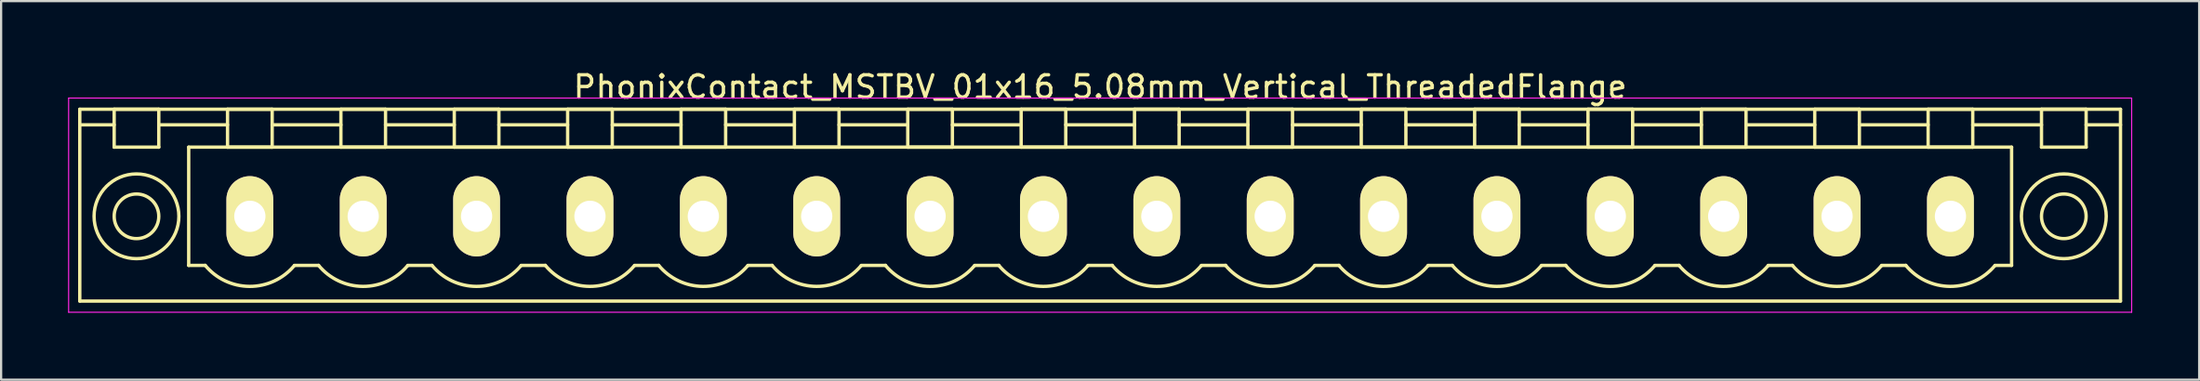
<source format=kicad_pcb>
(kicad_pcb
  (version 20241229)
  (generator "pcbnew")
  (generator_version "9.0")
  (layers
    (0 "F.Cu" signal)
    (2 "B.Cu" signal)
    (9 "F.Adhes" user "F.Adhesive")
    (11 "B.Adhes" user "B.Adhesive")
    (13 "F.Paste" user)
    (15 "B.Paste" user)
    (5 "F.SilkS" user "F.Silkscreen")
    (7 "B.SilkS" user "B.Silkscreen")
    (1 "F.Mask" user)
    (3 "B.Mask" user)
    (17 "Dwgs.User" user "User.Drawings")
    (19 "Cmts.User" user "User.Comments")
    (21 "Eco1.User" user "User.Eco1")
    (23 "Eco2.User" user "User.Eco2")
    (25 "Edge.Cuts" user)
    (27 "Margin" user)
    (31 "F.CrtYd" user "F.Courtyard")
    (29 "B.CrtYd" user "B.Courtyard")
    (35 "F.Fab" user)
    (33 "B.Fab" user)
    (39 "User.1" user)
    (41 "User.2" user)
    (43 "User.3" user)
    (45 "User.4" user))
  (footprint "PhonixContact_MSTBV_01x16_5.08mm_Vertical_ThreadedFlange"
    (layer "F.Cu")
    (at 8.145 6.648)
    (property "Reference" "PhonixContact_MSTBV_01x16_5.08mm_Vertical_ThreadedFlange" (at 38.1 -5.8 0) (layer "F.SilkS") (effects (font (size 1 1) (thickness 0.15))))
    (attr through_hole)
    (fp_line (start -7.62 -4.8) (end -7.62 3.8) (stroke (width 0.15) (type solid)) (layer "F.SilkS"))
    (fp_line (start -7.62 -4.1) (end -6.08 -4.1) (stroke (width 0.15) (type solid)) (layer "F.SilkS"))
    (fp_line (start -7.62 3.8) (end 83.82 3.8) (stroke (width 0.15) (type solid)) (layer "F.SilkS"))
    (fp_line (start -6.08 -4.8) (end -4.08 -4.8) (stroke (width 0.15) (type solid)) (layer "F.SilkS"))
    (fp_line (start -6.08 -3.1) (end -6.08 -4.8) (stroke (width 0.15) (type solid)) (layer "F.SilkS"))
    (fp_line (start -4.08 -4.8) (end -4.08 -3.1) (stroke (width 0.15) (type solid)) (layer "F.SilkS"))
    (fp_line (start -4.08 -4.1) (end -1 -4.1) (stroke (width 0.15) (type solid)) (layer "F.SilkS"))
    (fp_line (start -4.08 -3.1) (end -6.08 -3.1) (stroke (width 0.15) (type solid)) (layer "F.SilkS"))
    (fp_line (start -2.74 -3.1) (end 78.94 -3.1) (stroke (width 0.15) (type solid)) (layer "F.SilkS"))
    (fp_line (start -2.74 2.2) (end -2.74 -3.1) (stroke (width 0.15) (type solid)) (layer "F.SilkS"))
    (fp_line (start -2 2.2) (end -2.74 2.2) (stroke (width 0.15) (type solid)) (layer "F.SilkS"))
    (fp_line (start -1 -4.8) (end 1 -4.8) (stroke (width 0.15) (type solid)) (layer "F.SilkS"))
    (fp_line (start -1 -3.1) (end -1 -4.8) (stroke (width 0.15) (type solid)) (layer "F.SilkS"))
    (fp_line (start 1 -4.8) (end 1 -3.1) (stroke (width 0.15) (type solid)) (layer "F.SilkS"))
    (fp_line (start 1 -4.1) (end 4.08 -4.1) (stroke (width 0.15) (type solid)) (layer "F.SilkS"))
    (fp_line (start 1 -3.1) (end -1 -3.1) (stroke (width 0.15) (type solid)) (layer "F.SilkS"))
    (fp_line (start 2 2.2) (end 3.08 2.2) (stroke (width 0.15) (type solid)) (layer "F.SilkS"))
    (fp_line (start 4.08 -4.8) (end 6.08 -4.8) (stroke (width 0.15) (type solid)) (layer "F.SilkS"))
    (fp_line (start 4.08 -3.1) (end 4.08 -4.8) (stroke (width 0.15) (type solid)) (layer "F.SilkS"))
    (fp_line (start 6.08 -4.8) (end 6.08 -3.1) (stroke (width 0.15) (type solid)) (layer "F.SilkS"))
    (fp_line (start 6.08 -4.1) (end 9.16 -4.1) (stroke (width 0.15) (type solid)) (layer "F.SilkS"))
    (fp_line (start 6.08 -3.1) (end 4.08 -3.1) (stroke (width 0.15) (type solid)) (layer "F.SilkS"))
    (fp_line (start 7.08 2.2) (end 8.16 2.2) (stroke (width 0.15) (type solid)) (layer "F.SilkS"))
    (fp_line (start 9.16 -4.8) (end 11.16 -4.8) (stroke (width 0.15) (type solid)) (layer "F.SilkS"))
    (fp_line (start 9.16 -3.1) (end 9.16 -4.8) (stroke (width 0.15) (type solid)) (layer "F.SilkS"))
    (fp_line (start 11.16 -4.8) (end 11.16 -3.1) (stroke (width 0.15) (type solid)) (layer "F.SilkS"))
    (fp_line (start 11.16 -4.1) (end 14.24 -4.1) (stroke (width 0.15) (type solid)) (layer "F.SilkS"))
    (fp_line (start 11.16 -3.1) (end 9.16 -3.1) (stroke (width 0.15) (type solid)) (layer "F.SilkS"))
    (fp_line (start 12.16 2.2) (end 13.24 2.2) (stroke (width 0.15) (type solid)) (layer "F.SilkS"))
    (fp_line (start 14.24 -4.8) (end 16.24 -4.8) (stroke (width 0.15) (type solid)) (layer "F.SilkS"))
    (fp_line (start 14.24 -3.1) (end 14.24 -4.8) (stroke (width 0.15) (type solid)) (layer "F.SilkS"))
    (fp_line (start 16.24 -4.8) (end 16.24 -3.1) (stroke (width 0.15) (type solid)) (layer "F.SilkS"))
    (fp_line (start 16.24 -4.1) (end 19.32 -4.1) (stroke (width 0.15) (type solid)) (layer "F.SilkS"))
    (fp_line (start 16.24 -3.1) (end 14.24 -3.1) (stroke (width 0.15) (type solid)) (layer "F.SilkS"))
    (fp_line (start 17.24 2.2) (end 18.32 2.2) (stroke (width 0.15) (type solid)) (layer "F.SilkS"))
    (fp_line (start 19.32 -4.8) (end 21.32 -4.8) (stroke (width 0.15) (type solid)) (layer "F.SilkS"))
    (fp_line (start 19.32 -3.1) (end 19.32 -4.8) (stroke (width 0.15) (type solid)) (layer "F.SilkS"))
    (fp_line (start 21.32 -4.8) (end 21.32 -3.1) (stroke (width 0.15) (type solid)) (layer "F.SilkS"))
    (fp_line (start 21.32 -4.1) (end 24.4 -4.1) (stroke (width 0.15) (type solid)) (layer "F.SilkS"))
    (fp_line (start 21.32 -3.1) (end 19.32 -3.1) (stroke (width 0.15) (type solid)) (layer "F.SilkS"))
    (fp_line (start 22.32 2.2) (end 23.4 2.2) (stroke (width 0.15) (type solid)) (layer "F.SilkS"))
    (fp_line (start 24.4 -4.8) (end 26.4 -4.8) (stroke (width 0.15) (type solid)) (layer "F.SilkS"))
    (fp_line (start 24.4 -3.1) (end 24.4 -4.8) (stroke (width 0.15) (type solid)) (layer "F.SilkS"))
    (fp_line (start 26.4 -4.8) (end 26.4 -3.1) (stroke (width 0.15) (type solid)) (layer "F.SilkS"))
    (fp_line (start 26.4 -4.1) (end 29.48 -4.1) (stroke (width 0.15) (type solid)) (layer "F.SilkS"))
    (fp_line (start 26.4 -3.1) (end 24.4 -3.1) (stroke (width 0.15) (type solid)) (layer "F.SilkS"))
    (fp_line (start 27.4 2.2) (end 28.48 2.2) (stroke (width 0.15) (type solid)) (layer "F.SilkS"))
    (fp_line (start 29.48 -4.8) (end 31.48 -4.8) (stroke (width 0.15) (type solid)) (layer "F.SilkS"))
    (fp_line (start 29.48 -3.1) (end 29.48 -4.8) (stroke (width 0.15) (type solid)) (layer "F.SilkS"))
    (fp_line (start 31.48 -4.8) (end 31.48 -3.1) (stroke (width 0.15) (type solid)) (layer "F.SilkS"))
    (fp_line (start 31.48 -4.1) (end 34.56 -4.1) (stroke (width 0.15) (type solid)) (layer "F.SilkS"))
    (fp_line (start 31.48 -3.1) (end 29.48 -3.1) (stroke (width 0.15) (type solid)) (layer "F.SilkS"))
    (fp_line (start 32.48 2.2) (end 33.56 2.2) (stroke (width 0.15) (type solid)) (layer "F.SilkS"))
    (fp_line (start 34.56 -4.8) (end 36.56 -4.8) (stroke (width 0.15) (type solid)) (layer "F.SilkS"))
    (fp_line (start 34.56 -3.1) (end 34.56 -4.8) (stroke (width 0.15) (type solid)) (layer "F.SilkS"))
    (fp_line (start 36.56 -4.8) (end 36.56 -3.1) (stroke (width 0.15) (type solid)) (layer "F.SilkS"))
    (fp_line (start 36.56 -4.1) (end 39.64 -4.1) (stroke (width 0.15) (type solid)) (layer "F.SilkS"))
    (fp_line (start 36.56 -3.1) (end 34.56 -3.1) (stroke (width 0.15) (type solid)) (layer "F.SilkS"))
    (fp_line (start 37.56 2.2) (end 38.64 2.2) (stroke (width 0.15) (type solid)) (layer "F.SilkS"))
    (fp_line (start 39.64 -4.8) (end 41.64 -4.8) (stroke (width 0.15) (type solid)) (layer "F.SilkS"))
    (fp_line (start 39.64 -3.1) (end 39.64 -4.8) (stroke (width 0.15) (type solid)) (layer "F.SilkS"))
    (fp_line (start 41.64 -4.8) (end 41.64 -3.1) (stroke (width 0.15) (type solid)) (layer "F.SilkS"))
    (fp_line (start 41.64 -4.1) (end 44.72 -4.1) (stroke (width 0.15) (type solid)) (layer "F.SilkS"))
    (fp_line (start 41.64 -3.1) (end 39.64 -3.1) (stroke (width 0.15) (type solid)) (layer "F.SilkS"))
    (fp_line (start 42.64 2.2) (end 43.72 2.2) (stroke (width 0.15) (type solid)) (layer "F.SilkS"))
    (fp_line (start 44.72 -4.8) (end 46.72 -4.8) (stroke (width 0.15) (type solid)) (layer "F.SilkS"))
    (fp_line (start 44.72 -3.1) (end 44.72 -4.8) (stroke (width 0.15) (type solid)) (layer "F.SilkS"))
    (fp_line (start 46.72 -4.8) (end 46.72 -3.1) (stroke (width 0.15) (type solid)) (layer "F.SilkS"))
    (fp_line (start 46.72 -4.1) (end 49.8 -4.1) (stroke (width 0.15) (type solid)) (layer "F.SilkS"))
    (fp_line (start 46.72 -3.1) (end 44.72 -3.1) (stroke (width 0.15) (type solid)) (layer "F.SilkS"))
    (fp_line (start 47.72 2.2) (end 48.8 2.2) (stroke (width 0.15) (type solid)) (layer "F.SilkS"))
    (fp_line (start 49.8 -4.8) (end 51.8 -4.8) (stroke (width 0.15) (type solid)) (layer "F.SilkS"))
    (fp_line (start 49.8 -3.1) (end 49.8 -4.8) (stroke (width 0.15) (type solid)) (layer "F.SilkS"))
    (fp_line (start 51.8 -4.8) (end 51.8 -3.1) (stroke (width 0.15) (type solid)) (layer "F.SilkS"))
    (fp_line (start 51.8 -4.1) (end 54.88 -4.1) (stroke (width 0.15) (type solid)) (layer "F.SilkS"))
    (fp_line (start 51.8 -3.1) (end 49.8 -3.1) (stroke (width 0.15) (type solid)) (layer "F.SilkS"))
    (fp_line (start 52.8 2.2) (end 53.88 2.2) (stroke (width 0.15) (type solid)) (layer "F.SilkS"))
    (fp_line (start 54.88 -4.8) (end 56.88 -4.8) (stroke (width 0.15) (type solid)) (layer "F.SilkS"))
    (fp_line (start 54.88 -3.1) (end 54.88 -4.8) (stroke (width 0.15) (type solid)) (layer "F.SilkS"))
    (fp_line (start 56.88 -4.8) (end 56.88 -3.1) (stroke (width 0.15) (type solid)) (layer "F.SilkS"))
    (fp_line (start 56.88 -4.1) (end 59.96 -4.1) (stroke (width 0.15) (type solid)) (layer "F.SilkS"))
    (fp_line (start 56.88 -3.1) (end 54.88 -3.1) (stroke (width 0.15) (type solid)) (layer "F.SilkS"))
    (fp_line (start 57.88 2.2) (end 58.96 2.2) (stroke (width 0.15) (type solid)) (layer "F.SilkS"))
    (fp_line (start 59.96 -4.8) (end 61.96 -4.8) (stroke (width 0.15) (type solid)) (layer "F.SilkS"))
    (fp_line (start 59.96 -3.1) (end 59.96 -4.8) (stroke (width 0.15) (type solid)) (layer "F.SilkS"))
    (fp_line (start 61.96 -4.8) (end 61.96 -3.1) (stroke (width 0.15) (type solid)) (layer "F.SilkS"))
    (fp_line (start 61.96 -4.1) (end 65.04 -4.1) (stroke (width 0.15) (type solid)) (layer "F.SilkS"))
    (fp_line (start 61.96 -3.1) (end 59.96 -3.1) (stroke (width 0.15) (type solid)) (layer "F.SilkS"))
    (fp_line (start 62.96 2.2) (end 64.04 2.2) (stroke (width 0.15) (type solid)) (layer "F.SilkS"))
    (fp_line (start 65.04 -4.8) (end 67.04 -4.8) (stroke (width 0.15) (type solid)) (layer "F.SilkS"))
    (fp_line (start 65.04 -3.1) (end 65.04 -4.8) (stroke (width 0.15) (type solid)) (layer "F.SilkS"))
    (fp_line (start 67.04 -4.8) (end 67.04 -3.1) (stroke (width 0.15) (type solid)) (layer "F.SilkS"))
    (fp_line (start 67.04 -4.1) (end 70.12 -4.1) (stroke (width 0.15) (type solid)) (layer "F.SilkS"))
    (fp_line (start 67.04 -3.1) (end 65.04 -3.1) (stroke (width 0.15) (type solid)) (layer "F.SilkS"))
    (fp_line (start 68.04 2.2) (end 69.12 2.2) (stroke (width 0.15) (type solid)) (layer "F.SilkS"))
    (fp_line (start 70.12 -4.8) (end 72.12 -4.8) (stroke (width 0.15) (type solid)) (layer "F.SilkS"))
    (fp_line (start 70.12 -3.1) (end 70.12 -4.8) (stroke (width 0.15) (type solid)) (layer "F.SilkS"))
    (fp_line (start 72.12 -4.8) (end 72.12 -3.1) (stroke (width 0.15) (type solid)) (layer "F.SilkS"))
    (fp_line (start 72.12 -4.1) (end 75.2 -4.1) (stroke (width 0.15) (type solid)) (layer "F.SilkS"))
    (fp_line (start 72.12 -3.1) (end 70.12 -3.1) (stroke (width 0.15) (type solid)) (layer "F.SilkS"))
    (fp_line (start 73.12 2.2) (end 74.2 2.2) (stroke (width 0.15) (type solid)) (layer "F.SilkS"))
    (fp_line (start 75.2 -4.8) (end 77.2 -4.8) (stroke (width 0.15) (type solid)) (layer "F.SilkS"))
    (fp_line (start 75.2 -3.1) (end 75.2 -4.8) (stroke (width 0.15) (type solid)) (layer "F.SilkS"))
    (fp_line (start 77.2 -4.8) (end 77.2 -3.1) (stroke (width 0.15) (type solid)) (layer "F.SilkS"))
    (fp_line (start 77.2 -4.1) (end 80.28 -4.1) (stroke (width 0.15) (type solid)) (layer "F.SilkS"))
    (fp_line (start 77.2 -3.1) (end 75.2 -3.1) (stroke (width 0.15) (type solid)) (layer "F.SilkS"))
    (fp_line (start 78.94 -3.1) (end 78.94 2.2) (stroke (width 0.15) (type solid)) (layer "F.SilkS"))
    (fp_line (start 78.94 2.2) (end 78.2 2.2) (stroke (width 0.15) (type solid)) (layer "F.SilkS"))
    (fp_line (start 80.28 -4.8) (end 82.28 -4.8) (stroke (width 0.15) (type solid)) (layer "F.SilkS"))
    (fp_line (start 80.28 -3.1) (end 80.28 -4.8) (stroke (width 0.15) (type solid)) (layer "F.SilkS"))
    (fp_line (start 82.28 -4.8) (end 82.28 -3.1) (stroke (width 0.15) (type solid)) (layer "F.SilkS"))
    (fp_line (start 82.28 -3.1) (end 80.28 -3.1) (stroke (width 0.15) (type solid)) (layer "F.SilkS"))
    (fp_line (start 83.82 -4.8) (end -7.62 -4.8) (stroke (width 0.15) (type solid)) (layer "F.SilkS"))
    (fp_line (start 83.82 -4.1) (end 82.28 -4.1) (stroke (width 0.15) (type solid)) (layer "F.SilkS"))
    (fp_line (start 83.82 3.8) (end 83.82 -4.8) (stroke (width 0.15) (type solid)) (layer "F.SilkS"))
    (fp_arc (start 1.986842 2.215821) (mid -0.010289 3.142758) (end -2 2.2) (stroke (width 0.15) (type solid)) (layer "F.SilkS"))
    (fp_arc (start 7.066842 2.215821) (mid 5.069711 3.142758) (end 3.08 2.2) (stroke (width 0.15) (type solid)) (layer "F.SilkS"))
    (fp_arc (start 12.146842 2.215821) (mid 10.149711 3.142758) (end 8.16 2.2) (stroke (width 0.15) (type solid)) (layer "F.SilkS"))
    (fp_arc (start 17.226842 2.215821) (mid 15.229711 3.142758) (end 13.24 2.2) (stroke (width 0.15) (type solid)) (layer "F.SilkS"))
    (fp_arc (start 22.306842 2.215821) (mid 20.309711 3.142758) (end 18.32 2.2) (stroke (width 0.15) (type solid)) (layer "F.SilkS"))
    (fp_arc (start 27.386842 2.215821) (mid 25.389711 3.142758) (end 23.4 2.2) (stroke (width 0.15) (type solid)) (layer "F.SilkS"))
    (fp_arc (start 32.466842 2.215821) (mid 30.469711 3.142758) (end 28.48 2.2) (stroke (width 0.15) (type solid)) (layer "F.SilkS"))
    (fp_arc (start 37.546842 2.215821) (mid 35.549711 3.142758) (end 33.56 2.2) (stroke (width 0.15) (type solid)) (layer "F.SilkS"))
    (fp_arc (start 42.626842 2.215821) (mid 40.629711 3.142758) (end 38.64 2.2) (stroke (width 0.15) (type solid)) (layer "F.SilkS"))
    (fp_arc (start 47.706842 2.215821) (mid 45.709711 3.142758) (end 43.72 2.2) (stroke (width 0.15) (type solid)) (layer "F.SilkS"))
    (fp_arc (start 52.786842 2.215821) (mid 50.789711 3.142758) (end 48.8 2.2) (stroke (width 0.15) (type solid)) (layer "F.SilkS"))
    (fp_arc (start 57.866842 2.215821) (mid 55.869711 3.142758) (end 53.88 2.2) (stroke (width 0.15) (type solid)) (layer "F.SilkS"))
    (fp_arc (start 62.946842 2.215821) (mid 60.949711 3.142758) (end 58.96 2.2) (stroke (width 0.15) (type solid)) (layer "F.SilkS"))
    (fp_arc (start 68.026842 2.215821) (mid 66.029711 3.142758) (end 64.04 2.2) (stroke (width 0.15) (type solid)) (layer "F.SilkS"))
    (fp_arc (start 73.106842 2.215821) (mid 71.109711 3.142758) (end 69.12 2.2) (stroke (width 0.15) (type solid)) (layer "F.SilkS"))
    (fp_arc (start 78.186842 2.215821) (mid 76.189711 3.142758) (end 74.2 2.2) (stroke (width 0.15) (type solid)) (layer "F.SilkS"))
    (fp_circle (center -5.08 0) (end -4.08 0) (stroke (width 0.15) (type solid)) (fill no) (layer "F.SilkS"))
    (fp_circle (center -5.08 0) (end -3.18 0) (stroke (width 0.15) (type solid)) (fill no) (layer "F.SilkS"))
    (fp_circle (center 81.28 0) (end 82.28 0) (stroke (width 0.15) (type solid)) (fill no) (layer "F.SilkS"))
    (fp_circle (center 81.28 0) (end 83.18 0) (stroke (width 0.15) (type solid)) (fill no) (layer "F.SilkS"))
    (fp_line (start -8.12 -5.3) (end -8.12 4.3) (stroke (width 0.05) (type solid)) (layer "F.CrtYd"))
    (fp_line (start -8.12 4.3) (end 84.32 4.3) (stroke (width 0.05) (type solid)) (layer "F.CrtYd"))
    (fp_line (start 84.32 -5.3) (end -8.12 -5.3) (stroke (width 0.05) (type solid)) (layer "F.CrtYd"))
    (fp_line (start 84.32 4.3) (end 84.32 -5.3) (stroke (width 0.05) (type solid)) (layer "F.CrtYd"))
    (pad "1" thru_hole oval (at 0 0) (size 2.1 3.6) (drill 1.4) (layers "*.Cu" "*.Mask" "F.SilkS"))
    (pad "2" thru_hole oval (at 5.08 0) (size 2.1 3.6) (drill 1.4) (layers "*.Cu" "*.Mask" "F.SilkS"))
    (pad "3" thru_hole oval (at 10.16 0) (size 2.1 3.6) (drill 1.4) (layers "*.Cu" "*.Mask" "F.SilkS"))
    (pad "4" thru_hole oval (at 15.24 0) (size 2.1 3.6) (drill 1.4) (layers "*.Cu" "*.Mask" "F.SilkS"))
    (pad "5" thru_hole oval (at 20.32 0) (size 2.1 3.6) (drill 1.4) (layers "*.Cu" "*.Mask" "F.SilkS"))
    (pad "6" thru_hole oval (at 25.4 0) (size 2.1 3.6) (drill 1.4) (layers "*.Cu" "*.Mask" "F.SilkS"))
    (pad "7" thru_hole oval (at 30.48 0) (size 2.1 3.6) (drill 1.4) (layers "*.Cu" "*.Mask" "F.SilkS"))
    (pad "8" thru_hole oval (at 35.56 0) (size 2.1 3.6) (drill 1.4) (layers "*.Cu" "*.Mask" "F.SilkS"))
    (pad "9" thru_hole oval (at 40.64 0) (size 2.1 3.6) (drill 1.4) (layers "*.Cu" "*.Mask" "F.SilkS"))
    (pad "10" thru_hole oval (at 45.72 0) (size 2.1 3.6) (drill 1.4) (layers "*.Cu" "*.Mask" "F.SilkS"))
    (pad "11" thru_hole oval (at 50.8 0) (size 2.1 3.6) (drill 1.4) (layers "*.Cu" "*.Mask" "F.SilkS"))
    (pad "12" thru_hole oval (at 55.88 0) (size 2.1 3.6) (drill 1.4) (layers "*.Cu" "*.Mask" "F.SilkS"))
    (pad "13" thru_hole oval (at 60.96 0) (size 2.1 3.6) (drill 1.4) (layers "*.Cu" "*.Mask" "F.SilkS"))
    (pad "14" thru_hole oval (at 66.04 0) (size 2.1 3.6) (drill 1.4) (layers "*.Cu" "*.Mask" "F.SilkS"))
    (pad "15" thru_hole oval (at 71.12 0) (size 2.1 3.6) (drill 1.4) (layers "*.Cu" "*.Mask" "F.SilkS"))
    (pad "16" thru_hole oval (at 76.2 0) (size 2.1 3.6) (drill 1.4) (layers "*.Cu" "*.Mask" "F.SilkS")))
  (gr_rect
    (start -3 -3)
    (end 95.49 13.973)
    (stroke (width 0.1) (type default))
    (fill no)
    (layer "Edge.Cuts")))
</source>
